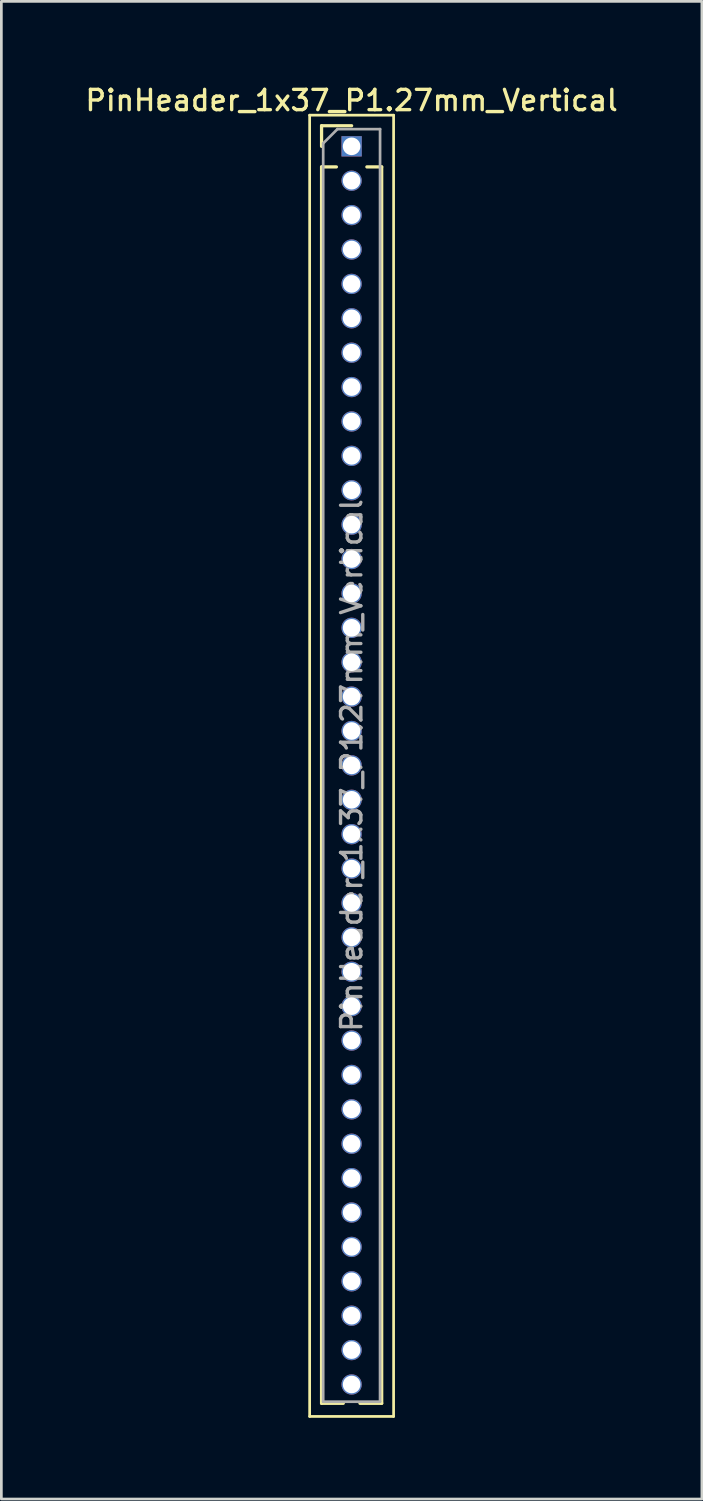
<source format=kicad_pcb>
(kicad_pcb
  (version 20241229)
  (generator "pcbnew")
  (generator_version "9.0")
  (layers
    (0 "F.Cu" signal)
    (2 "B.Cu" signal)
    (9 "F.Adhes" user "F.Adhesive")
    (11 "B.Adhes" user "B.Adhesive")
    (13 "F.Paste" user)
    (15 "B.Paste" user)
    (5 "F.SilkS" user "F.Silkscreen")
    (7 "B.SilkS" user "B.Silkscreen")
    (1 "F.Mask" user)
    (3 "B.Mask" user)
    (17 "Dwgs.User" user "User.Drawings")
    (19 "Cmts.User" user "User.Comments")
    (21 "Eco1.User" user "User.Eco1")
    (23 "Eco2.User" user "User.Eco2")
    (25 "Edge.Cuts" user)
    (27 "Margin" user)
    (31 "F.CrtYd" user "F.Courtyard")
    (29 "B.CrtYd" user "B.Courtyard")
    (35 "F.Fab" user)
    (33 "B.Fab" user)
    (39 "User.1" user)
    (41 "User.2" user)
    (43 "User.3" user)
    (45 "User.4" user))
  (footprint "PinHeader_1x37_P1.27mm_Vertical"
    (layer "F.Cu")
    (at 9.934 2.353)
    (property "Reference" "PinHeader_1x37_P1.27mm_Vertical" (at 0 -1.695 0) (layer "F.SilkS") (effects (font (size 0.75 0.75) (thickness 0.125))))
    (attr through_hole)
    (fp_line (start -1.55 -1.15) (end -1.55 46.9) (stroke (width 0.1) (type solid)) (layer "F.SilkS"))
    (fp_line (start -1.55 46.9) (end 1.55 46.9) (stroke (width 0.1) (type solid)) (layer "F.SilkS"))
    (fp_line (start -1.11 -0.76) (end 0 -0.76) (stroke (width 0.12) (type solid)) (layer "F.SilkS"))
    (fp_line (start -1.11 0) (end -1.11 -0.76) (stroke (width 0.12) (type solid)) (layer "F.SilkS"))
    (fp_line (start -1.11 0.76) (end -1.11 46.415) (stroke (width 0.12) (type solid)) (layer "F.SilkS"))
    (fp_line (start -1.11 0.76) (end -0.563 0.76) (stroke (width 0.12) (type solid)) (layer "F.SilkS"))
    (fp_line (start -1.11 46.415) (end -0.308 46.415) (stroke (width 0.12) (type solid)) (layer "F.SilkS"))
    (fp_line (start 0.308 46.415) (end 1.11 46.415) (stroke (width 0.12) (type solid)) (layer "F.SilkS"))
    (fp_line (start 0.563 0.76) (end 1.11 0.76) (stroke (width 0.12) (type solid)) (layer "F.SilkS"))
    (fp_line (start 1.11 0.76) (end 1.11 46.415) (stroke (width 0.12) (type solid)) (layer "F.SilkS"))
    (fp_line (start 1.55 -1.15) (end -1.55 -1.15) (stroke (width 0.1) (type solid)) (layer "F.SilkS"))
    (fp_line (start 1.55 46.9) (end 1.55 -1.15) (stroke (width 0.1) (type solid)) (layer "F.SilkS"))
    (fp_line (start -1.05 -0.11) (end -0.525 -0.635) (stroke (width 0.1) (type solid)) (layer "F.Fab"))
    (fp_line (start -1.05 46.355) (end -1.05 -0.11) (stroke (width 0.1) (type solid)) (layer "F.Fab"))
    (fp_line (start -0.525 -0.635) (end 1.05 -0.635) (stroke (width 0.1) (type solid)) (layer "F.Fab"))
    (fp_line (start 1.05 -0.635) (end 1.05 46.355) (stroke (width 0.1) (type solid)) (layer "F.Fab"))
    (fp_line (start 1.05 46.355) (end -1.05 46.355) (stroke (width 0.1) (type solid)) (layer "F.Fab"))
    (fp_text user "${REFERENCE}" (at 0 22.86 90) (layer "F.Fab") (effects (font (size 0.75 0.75) (thickness 0.125))))
    (pad "1" thru_hole rect (at 0 0) (size 0.75 0.75) (drill 0.65) (layers "*.Cu" "*.Mask"))
    (pad "2" thru_hole oval (at 0 1.27) (size 0.75 0.75) (drill 0.65) (layers "*.Cu" "*.Mask"))
    (pad "3" thru_hole oval (at 0 2.54) (size 0.75 0.75) (drill 0.65) (layers "*.Cu" "*.Mask"))
    (pad "4" thru_hole oval (at 0 3.81) (size 0.75 0.75) (drill 0.65) (layers "*.Cu" "*.Mask"))
    (pad "5" thru_hole oval (at 0 5.08) (size 0.75 0.75) (drill 0.65) (layers "*.Cu" "*.Mask"))
    (pad "6" thru_hole oval (at 0 6.35) (size 0.75 0.75) (drill 0.65) (layers "*.Cu" "*.Mask"))
    (pad "7" thru_hole oval (at 0 7.62) (size 0.75 0.75) (drill 0.65) (layers "*.Cu" "*.Mask"))
    (pad "8" thru_hole oval (at 0 8.89) (size 0.75 0.75) (drill 0.65) (layers "*.Cu" "*.Mask"))
    (pad "9" thru_hole oval (at 0 10.16) (size 0.75 0.75) (drill 0.65) (layers "*.Cu" "*.Mask"))
    (pad "10" thru_hole oval (at 0 11.43) (size 0.75 0.75) (drill 0.65) (layers "*.Cu" "*.Mask"))
    (pad "11" thru_hole oval (at 0 12.7) (size 0.75 0.75) (drill 0.65) (layers "*.Cu" "*.Mask"))
    (pad "12" thru_hole oval (at 0 13.97) (size 0.75 0.75) (drill 0.65) (layers "*.Cu" "*.Mask"))
    (pad "13" thru_hole oval (at 0 15.24) (size 0.75 0.75) (drill 0.65) (layers "*.Cu" "*.Mask"))
    (pad "14" thru_hole oval (at 0 16.51) (size 0.75 0.75) (drill 0.65) (layers "*.Cu" "*.Mask"))
    (pad "15" thru_hole oval (at 0 17.78) (size 0.75 0.75) (drill 0.65) (layers "*.Cu" "*.Mask"))
    (pad "16" thru_hole oval (at 0 19.05) (size 0.75 0.75) (drill 0.65) (layers "*.Cu" "*.Mask"))
    (pad "17" thru_hole oval (at 0 20.32) (size 0.75 0.75) (drill 0.65) (layers "*.Cu" "*.Mask"))
    (pad "18" thru_hole oval (at 0 21.59) (size 0.75 0.75) (drill 0.65) (layers "*.Cu" "*.Mask"))
    (pad "19" thru_hole oval (at 0 22.86) (size 0.75 0.75) (drill 0.65) (layers "*.Cu" "*.Mask"))
    (pad "20" thru_hole oval (at 0 24.13) (size 0.75 0.75) (drill 0.65) (layers "*.Cu" "*.Mask"))
    (pad "21" thru_hole oval (at 0 25.4) (size 0.75 0.75) (drill 0.65) (layers "*.Cu" "*.Mask"))
    (pad "22" thru_hole oval (at 0 26.67) (size 0.75 0.75) (drill 0.65) (layers "*.Cu" "*.Mask"))
    (pad "23" thru_hole oval (at 0 27.94) (size 0.75 0.75) (drill 0.65) (layers "*.Cu" "*.Mask"))
    (pad "24" thru_hole oval (at 0 29.21) (size 0.75 0.75) (drill 0.65) (layers "*.Cu" "*.Mask"))
    (pad "25" thru_hole oval (at 0 30.48) (size 0.75 0.75) (drill 0.65) (layers "*.Cu" "*.Mask"))
    (pad "26" thru_hole oval (at 0 31.75) (size 0.75 0.75) (drill 0.65) (layers "*.Cu" "*.Mask"))
    (pad "27" thru_hole oval (at 0 33.02) (size 0.75 0.75) (drill 0.65) (layers "*.Cu" "*.Mask"))
    (pad "28" thru_hole oval (at 0 34.29) (size 0.75 0.75) (drill 0.65) (layers "*.Cu" "*.Mask"))
    (pad "29" thru_hole oval (at 0 35.56) (size 0.75 0.75) (drill 0.65) (layers "*.Cu" "*.Mask"))
    (pad "30" thru_hole oval (at 0 36.83) (size 0.75 0.75) (drill 0.65) (layers "*.Cu" "*.Mask"))
    (pad "31" thru_hole oval (at 0 38.1) (size 0.75 0.75) (drill 0.65) (layers "*.Cu" "*.Mask"))
    (pad "32" thru_hole oval (at 0 39.37) (size 0.75 0.75) (drill 0.65) (layers "*.Cu" "*.Mask"))
    (pad "33" thru_hole oval (at 0 40.64) (size 0.75 0.75) (drill 0.65) (layers "*.Cu" "*.Mask"))
    (pad "34" thru_hole oval (at 0 41.91) (size 0.75 0.75) (drill 0.65) (layers "*.Cu" "*.Mask"))
    (pad "35" thru_hole oval (at 0 43.18) (size 0.75 0.75) (drill 0.65) (layers "*.Cu" "*.Mask"))
    (pad "36" thru_hole oval (at 0 44.45) (size 0.75 0.75) (drill 0.65) (layers "*.Cu" "*.Mask"))
    (pad "37" thru_hole oval (at 0 45.72) (size 0.75 0.75) (drill 0.65) (layers "*.Cu" "*.Mask")))
  (gr_rect
    (start -3 -3)
    (end 22.868 52.303)
    (stroke (width 0.1) (type default))
    (fill no)
    (layer "Edge.Cuts")))
</source>
